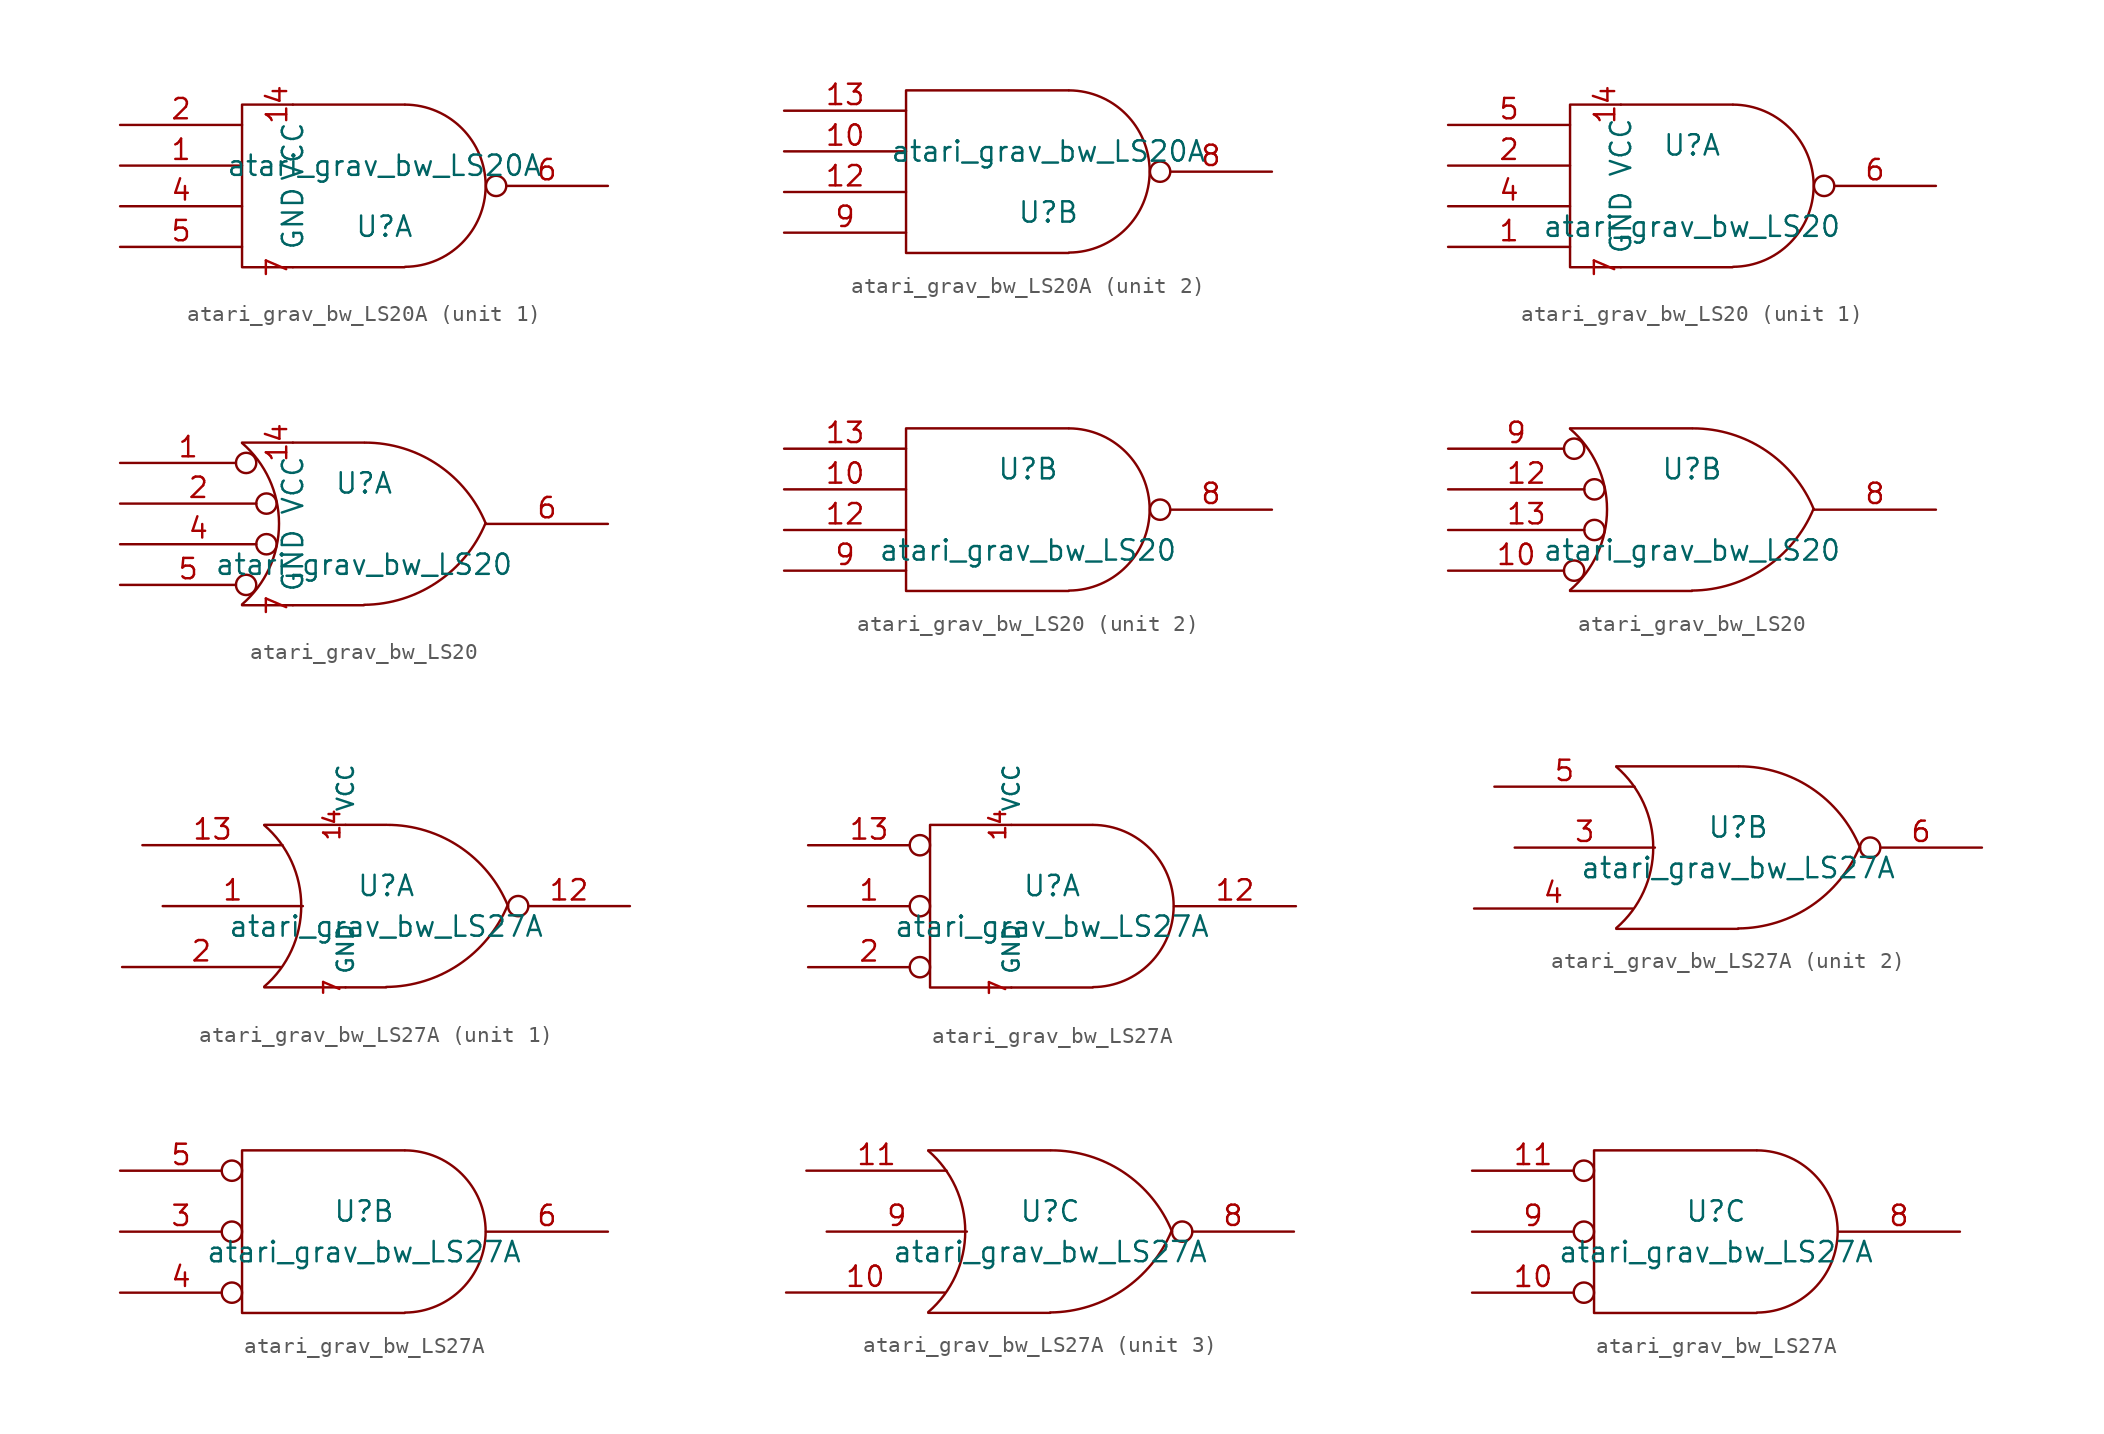
<source format=kicad_sym>
(kicad_symbol_lib
  (version 20211014)
  (generator kicad_symbol_editor)
  (symbol "atari_grav_bw_LS20A"
    (pin_names
      (offset 1.016))
    (property "Reference" "U"
      (at 1.27 -2.54 0)
      (effects (font (size 1.27 1.27))))
    (property "Value" "atari_grav_bw_LS20A"
      (at 1.27 1.27 0)
      (effects (font (size 1.27 1.27))))
    (symbol "atari_grav_bw_LS20A_1_1"
      (polyline (pts (xy 2.54 5.08) (xy -7.62 5.08) (xy -7.62 -5.08) (xy 2.54 -5.08)) (stroke (width 0) (type default) (color 0 0 0 0)) (fill (type none)))
      (arc (start 2.5654 -5.0546) (mid 7.5947 0.0001) (end 2.5654 5.08) (stroke (width 0) (type default) (color 0 0 0 0)) (fill (type none)))
      (pin input line (at -15.24 1.27 0) (length 7.62) (name "~" (effects (font (size 1.27 1.27)))) (number "1" (effects (font (size 1.27 1.27)))))
      (pin power_in line (at -4.445 5.08 270) (length 0) (name "VCC" (effects (font (size 1.27 1.27)))) (number "14" (effects (font (size 1.27 1.27)))))
      (pin input line (at -15.24 3.81 0) (length 7.62) (name "~" (effects (font (size 1.27 1.27)))) (number "2" (effects (font (size 1.27 1.27)))))
      (pin input line (at -15.24 -1.27 0) (length 7.62) (name "~" (effects (font (size 1.27 1.27)))) (number "4" (effects (font (size 1.27 1.27)))))
      (pin input line (at -15.24 -3.81 0) (length 7.62) (name "~" (effects (font (size 1.27 1.27)))) (number "5" (effects (font (size 1.27 1.27)))))
      (pin output inverted (at 15.24 0 180) (length 7.62) (name "~" (effects (font (size 1.27 1.27)))) (number "6" (effects (font (size 1.27 1.27)))))
      (pin power_in line (at -4.445 -5.08 90) (length 0) (name "GND" (effects (font (size 1.27 1.27)))) (number "7" (effects (font (size 1.27 1.27))))))
    (symbol "atari_grav_bw_LS20A_2_1"
      (polyline (pts (xy 2.54 5.08) (xy -7.62 5.08) (xy -7.62 -5.08) (xy 2.54 -5.08)) (stroke (width 0) (type default) (color 0 0 0 0)) (fill (type none)))
      (arc (start 2.5654 -5.0546) (mid 7.5947 0.0001) (end 2.5654 5.08) (stroke (width 0) (type default) (color 0 0 0 0)) (fill (type none)))
      (pin input line (at -15.24 1.27 0) (length 7.62) (name "~" (effects (font (size 1.27 1.27)))) (number "10" (effects (font (size 1.27 1.27)))))
      (pin input line (at -15.24 -1.27 0) (length 7.62) (name "~" (effects (font (size 1.27 1.27)))) (number "12" (effects (font (size 1.27 1.27)))))
      (pin input line (at -15.24 3.81 0) (length 7.62) (name "~" (effects (font (size 1.27 1.27)))) (number "13" (effects (font (size 1.27 1.27)))))
      (pin output inverted (at 15.24 0 180) (length 7.62) (name "~" (effects (font (size 1.27 1.27)))) (number "8" (effects (font (size 1.27 1.27)))))
      (pin input line (at -15.24 -3.81 0) (length 7.62) (name "~" (effects (font (size 1.27 1.27)))) (number "9" (effects (font (size 1.27 1.27)))))))
  (symbol "atari_grav_bw_LS20"
    (pin_names
      (offset 0.762))
    (property "Reference" "U"
      (at 0 2.54 0)
      (effects (font (size 1.27 1.27))))
    (property "Value" "atari_grav_bw_LS20"
      (at 0 -2.54 0)
      (effects (font (size 1.27 1.27))))
    (symbol "atari_grav_bw_LS20_0_1"
      (polyline (pts (xy 2.54 5.08) (xy -7.62 5.08) (xy -7.62 -5.08) (xy 2.54 -5.08)) (stroke (width 0) (type default) (color 0 0 0 0)) (fill (type none)))
      (arc (start 2.5654 -5.0546) (mid 7.5947 0.0001) (end 2.5654 5.08) (stroke (width 0) (type default) (color 0 0 0 0)) (fill (type none))))
    (symbol "atari_grav_bw_LS20_0_2"
      (arc (start -7.62 -5.0292) (mid -5.3094 0.0082) (end -7.62 5.0546) (stroke (width 0) (type default) (color 0 0 0 0)) (fill (type none)))
      (arc (start 0 -5.0546) (mid 4.5632 -3.6449) (end 7.5946 0.0508) (stroke (width 0) (type default) (color 0 0 0 0)) (fill (type none)))
      (polyline (pts (xy -7.62 -5.08) (xy 0 -5.08)) (stroke (width 0) (type default) (color 0 0 0 0)) (fill (type none)))
      (polyline (pts (xy -7.62 5.08) (xy 0 5.08)) (stroke (width 0) (type default) (color 0 0 0 0)) (fill (type none)))
      (arc (start 7.62 0) (mid 4.6132 3.6946) (end 0.0508 5.08) (stroke (width 0) (type default) (color 0 0 0 0)) (fill (type none))))
    (symbol "atari_grav_bw_LS20_1_0"
      (pin power_in line (at -4.445 5.08 270) (length 0) (name "VCC" (effects (font (size 1.27 1.27)))) (number "14" (effects (font (size 1.27 1.27)))))
      (pin power_in line (at -4.445 -5.08 90) (length 0) (name "GND" (effects (font (size 1.27 1.27)))) (number "7" (effects (font (size 1.27 1.27))))))
    (symbol "atari_grav_bw_LS20_1_1"
      (pin input line (at -15.24 -3.81 0) (length 7.62) (name "~" (effects (font (size 1.27 1.27)))) (number "1" (effects (font (size 1.27 1.27)))))
      (pin input line (at -15.24 1.27 0) (length 7.62) (name "~" (effects (font (size 1.27 1.27)))) (number "2" (effects (font (size 1.27 1.27)))))
      (pin input line (at -15.24 -1.27 0) (length 7.62) (name "~" (effects (font (size 1.27 1.27)))) (number "4" (effects (font (size 1.27 1.27)))))
      (pin input line (at -15.24 3.81 0) (length 7.62) (name "~" (effects (font (size 1.27 1.27)))) (number "5" (effects (font (size 1.27 1.27)))))
      (pin output inverted (at 15.24 0 180) (length 7.62) (name "~" (effects (font (size 1.27 1.27)))) (number "6" (effects (font (size 1.27 1.27))))))
    (symbol "atari_grav_bw_LS20_1_2"
      (pin input inverted (at -15.24 3.81 0) (length 8.509) (name "~" (effects (font (size 1.27 1.27)))) (number "1" (effects (font (size 1.27 1.27)))))
      (pin input inverted (at -15.24 1.27 0) (length 9.779) (name "~" (effects (font (size 1.27 1.27)))) (number "2" (effects (font (size 1.27 1.27)))))
      (pin output inverted (at -15.24 -1.27 0) (length 9.779) (name "~" (effects (font (size 1.27 1.27)))) (number "4" (effects (font (size 1.27 1.27)))))
      (pin input inverted (at -15.24 -3.81 0) (length 8.509) (name "~" (effects (font (size 1.27 1.27)))) (number "5" (effects (font (size 1.27 1.27)))))
      (pin output line (at 15.24 0 180) (length 7.62) (name "~" (effects (font (size 1.27 1.27)))) (number "6" (effects (font (size 1.27 1.27))))))
    (symbol "atari_grav_bw_LS20_2_1"
      (pin input line (at -15.24 1.27 0) (length 7.62) (name "~" (effects (font (size 1.27 1.27)))) (number "10" (effects (font (size 1.27 1.27)))))
      (pin input line (at -15.24 -1.27 0) (length 7.62) (name "~" (effects (font (size 1.27 1.27)))) (number "12" (effects (font (size 1.27 1.27)))))
      (pin input line (at -15.24 3.81 0) (length 7.62) (name "~" (effects (font (size 1.27 1.27)))) (number "13" (effects (font (size 1.27 1.27)))))
      (pin output inverted (at 15.24 0 180) (length 7.62) (name "~" (effects (font (size 1.27 1.27)))) (number "8" (effects (font (size 1.27 1.27)))))
      (pin input line (at -15.24 -3.81 0) (length 7.62) (name "~" (effects (font (size 1.27 1.27)))) (number "9" (effects (font (size 1.27 1.27))))))
    (symbol "atari_grav_bw_LS20_2_2"
      (pin input inverted (at -15.24 -3.81 0) (length 8.509) (name "~" (effects (font (size 1.27 1.27)))) (number "10" (effects (font (size 1.27 1.27)))))
      (pin input inverted (at -15.24 1.27 0) (length 9.779) (name "~" (effects (font (size 1.27 1.27)))) (number "12" (effects (font (size 1.27 1.27)))))
      (pin input inverted (at -15.24 -1.27 0) (length 9.779) (name "~" (effects (font (size 1.27 1.27)))) (number "13" (effects (font (size 1.27 1.27)))))
      (pin output line (at 15.24 0 180) (length 7.62) (name "~" (effects (font (size 1.27 1.27)))) (number "8" (effects (font (size 1.27 1.27)))))
      (pin input inverted (at -15.24 3.81 0) (length 8.509) (name "~" (effects (font (size 1.27 1.27)))) (number "9" (effects (font (size 1.27 1.27)))))))
  (symbol "atari_grav_bw_LS27A"
    (pin_names
      (offset 0.762))
    (property "Reference" "U"
      (at 0 1.27 0)
      (effects (font (size 1.27 1.27))))
    (property "Value" "atari_grav_bw_LS27A"
      (at 0 -1.27 0)
      (effects (font (size 1.27 1.27))))
    (symbol "atari_grav_bw_LS27A_0_1"
      (arc (start -7.62 -5.0292) (mid -5.3094 0.0082) (end -7.62 5.0546) (stroke (width 0) (type default) (color 0 0 0 0)) (fill (type none)))
      (arc (start 0 -5.0546) (mid 4.5632 -3.6449) (end 7.5946 0.0508) (stroke (width 0) (type default) (color 0 0 0 0)) (fill (type none)))
      (polyline (pts (xy -7.62 -5.08) (xy 0 -5.08)) (stroke (width 0) (type default) (color 0 0 0 0)) (fill (type none)))
      (polyline (pts (xy -7.62 5.08) (xy 0 5.08)) (stroke (width 0) (type default) (color 0 0 0 0)) (fill (type none)))
      (arc (start 7.62 0) (mid 4.6132 3.6946) (end 0.0508 5.08) (stroke (width 0) (type default) (color 0 0 0 0)) (fill (type none))))
    (symbol "atari_grav_bw_LS27A_0_2"
      (polyline (pts (xy 2.54 5.08) (xy -7.62 5.08) (xy -7.62 -5.08) (xy 2.54 -5.08)) (stroke (width 0) (type default) (color 0 0 0 0)) (fill (type none)))
      (arc (start 2.5654 -5.0546) (mid 7.5947 0.0001) (end 2.5654 5.08) (stroke (width 0) (type default) (color 0 0 0 0)) (fill (type none))))
    (symbol "atari_grav_bw_LS27A_1_0"
      (pin power_in line (at -2.54 5.08 90) (length 0) (name "VCC" (effects (font (size 1.016 1.016)))) (number "14" (effects (font (size 1.016 1.016)))))
      (pin power_in line (at -2.54 -5.08 90) (length 0) (name "GND" (effects (font (size 1.016 1.016)))) (number "7" (effects (font (size 1.016 1.016))))))
    (symbol "atari_grav_bw_LS27A_1_1"
      (pin input line (at -13.97 0 0) (length 8.763) (name "~" (effects (font (size 1.27 1.27)))) (number "1" (effects (font (size 1.27 1.27)))))
      (pin output inverted (at 15.24 0 180) (length 7.62) (name "~" (effects (font (size 1.27 1.27)))) (number "12" (effects (font (size 1.27 1.27)))))
      (pin input line (at -15.24 3.81 0) (length 8.763) (name "~" (effects (font (size 1.27 1.27)))) (number "13" (effects (font (size 1.27 1.27)))))
      (pin input line (at -16.51 -3.81 0) (length 9.906) (name "~" (effects (font (size 1.27 1.27)))) (number "2" (effects (font (size 1.27 1.27))))))
    (symbol "atari_grav_bw_LS27A_1_2"
      (pin input inverted (at -15.24 0 0) (length 7.62) (name "~" (effects (font (size 1.27 1.27)))) (number "1" (effects (font (size 1.27 1.27)))))
      (pin output line (at 15.24 0 180) (length 7.62) (name "~" (effects (font (size 1.27 1.27)))) (number "12" (effects (font (size 1.27 1.27)))))
      (pin input inverted (at -15.24 3.81 0) (length 7.62) (name "~" (effects (font (size 1.27 1.27)))) (number "13" (effects (font (size 1.27 1.27)))))
      (pin input inverted (at -15.24 -3.81 0) (length 7.62) (name "~" (effects (font (size 1.27 1.27)))) (number "2" (effects (font (size 1.27 1.27))))))
    (symbol "atari_grav_bw_LS27A_2_1"
      (pin input line (at -13.97 0 0) (length 8.763) (name "~" (effects (font (size 1.27 1.27)))) (number "3" (effects (font (size 1.27 1.27)))))
      (pin input line (at -16.51 -3.81 0) (length 9.906) (name "~" (effects (font (size 1.27 1.27)))) (number "4" (effects (font (size 1.27 1.27)))))
      (pin input line (at -15.24 3.81 0) (length 8.763) (name "~" (effects (font (size 1.27 1.27)))) (number "5" (effects (font (size 1.27 1.27)))))
      (pin output inverted (at 15.24 0 180) (length 7.62) (name "~" (effects (font (size 1.27 1.27)))) (number "6" (effects (font (size 1.27 1.27))))))
    (symbol "atari_grav_bw_LS27A_2_2"
      (pin input inverted (at -15.24 0 0) (length 7.62) (name "~" (effects (font (size 1.27 1.27)))) (number "3" (effects (font (size 1.27 1.27)))))
      (pin input inverted (at -15.24 -3.81 0) (length 7.62) (name "~" (effects (font (size 1.27 1.27)))) (number "4" (effects (font (size 1.27 1.27)))))
      (pin input inverted (at -15.24 3.81 0) (length 7.62) (name "~" (effects (font (size 1.27 1.27)))) (number "5" (effects (font (size 1.27 1.27)))))
      (pin output line (at 15.24 0 180) (length 7.62) (name "~" (effects (font (size 1.27 1.27)))) (number "6" (effects (font (size 1.27 1.27))))))
    (symbol "atari_grav_bw_LS27A_3_1"
      (pin input line (at -16.51 -3.81 0) (length 9.906) (name "~" (effects (font (size 1.27 1.27)))) (number "10" (effects (font (size 1.27 1.27)))))
      (pin input line (at -15.24 3.81 0) (length 8.763) (name "~" (effects (font (size 1.27 1.27)))) (number "11" (effects (font (size 1.27 1.27)))))
      (pin output inverted (at 15.24 0 180) (length 7.62) (name "~" (effects (font (size 1.27 1.27)))) (number "8" (effects (font (size 1.27 1.27)))))
      (pin input line (at -13.97 0 0) (length 8.763) (name "~" (effects (font (size 1.27 1.27)))) (number "9" (effects (font (size 1.27 1.27))))))
    (symbol "atari_grav_bw_LS27A_3_2"
      (pin input inverted (at -15.24 -3.81 0) (length 7.62) (name "~" (effects (font (size 1.27 1.27)))) (number "10" (effects (font (size 1.27 1.27)))))
      (pin input inverted (at -15.24 3.81 0) (length 7.62) (name "~" (effects (font (size 1.27 1.27)))) (number "11" (effects (font (size 1.27 1.27)))))
      (pin output line (at 15.24 0 180) (length 7.62) (name "~" (effects (font (size 1.27 1.27)))) (number "8" (effects (font (size 1.27 1.27)))))
      (pin input inverted (at -15.24 0 0) (length 7.62) (name "~" (effects (font (size 1.27 1.27)))) (number "9" (effects (font (size 1.27 1.27))))))))
</source>
